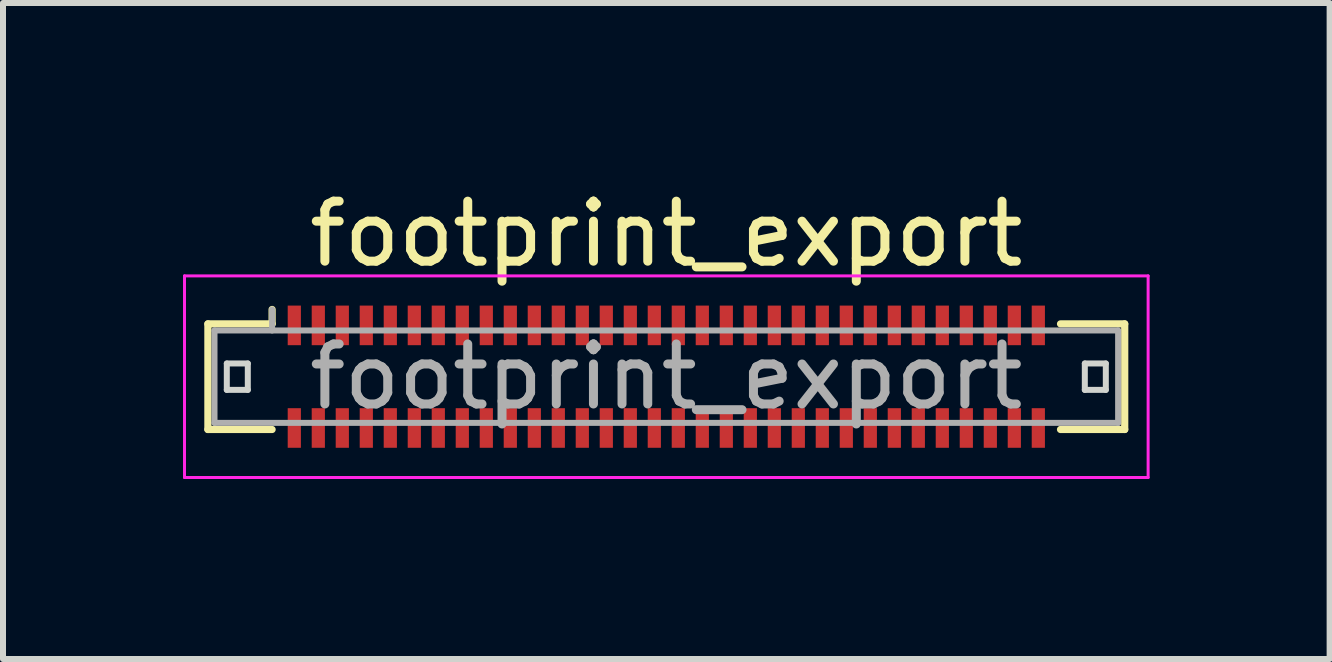
<source format=kicad_pcb>
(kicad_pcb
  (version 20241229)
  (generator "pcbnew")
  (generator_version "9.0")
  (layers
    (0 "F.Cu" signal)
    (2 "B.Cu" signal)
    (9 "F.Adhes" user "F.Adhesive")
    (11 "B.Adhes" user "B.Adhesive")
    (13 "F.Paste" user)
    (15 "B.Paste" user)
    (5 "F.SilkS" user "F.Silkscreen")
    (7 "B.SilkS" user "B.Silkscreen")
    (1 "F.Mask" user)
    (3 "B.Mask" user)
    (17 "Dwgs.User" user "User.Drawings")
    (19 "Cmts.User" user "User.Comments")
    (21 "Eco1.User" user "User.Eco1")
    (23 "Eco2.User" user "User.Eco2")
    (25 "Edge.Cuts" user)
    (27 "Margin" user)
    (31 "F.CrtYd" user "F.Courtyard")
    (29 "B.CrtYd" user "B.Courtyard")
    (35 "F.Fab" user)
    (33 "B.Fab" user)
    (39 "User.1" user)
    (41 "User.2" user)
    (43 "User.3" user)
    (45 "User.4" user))
  (footprint "footprint_export"
    (layer "F.Cu")
    (at 8.055 3.228)
    (property "Reference" "footprint_export" (at 0 -2.38 0) (layer "F.SilkS") (effects (font (size 1 1) (thickness 0.15))))
    (attr smd)
    (fp_line (start -7.64 -0.88) (end -6.57 -0.88) (stroke (width 0.12) (type solid)) (layer "F.SilkS"))
    (fp_line (start -7.64 0.88) (end -7.64 -0.88) (stroke (width 0.12) (type solid)) (layer "F.SilkS"))
    (fp_line (start -6.57 -0.88) (end -6.57 -1.12) (stroke (width 0.12) (type solid)) (layer "F.SilkS"))
    (fp_line (start -6.57 0.88) (end -7.64 0.88) (stroke (width 0.12) (type solid)) (layer "F.SilkS"))
    (fp_line (start 6.57 0.88) (end 7.64 0.88) (stroke (width 0.12) (type solid)) (layer "F.SilkS"))
    (fp_line (start 7.64 -0.88) (end 6.57 -0.88) (stroke (width 0.12) (type solid)) (layer "F.SilkS"))
    (fp_line (start 7.64 0.88) (end 7.64 -0.88) (stroke (width 0.12) (type solid)) (layer "F.SilkS"))
    (fp_line (start -7.325 -0.22) (end -7.325 0.22) (stroke (width 0.1) (type solid)) (layer "Edge.Cuts"))
    (fp_line (start -7.325 0.22) (end -6.975 0.22) (stroke (width 0.1) (type solid)) (layer "Edge.Cuts"))
    (fp_line (start -6.975 -0.22) (end -7.325 -0.22) (stroke (width 0.1) (type solid)) (layer "Edge.Cuts"))
    (fp_line (start -6.975 0.22) (end -6.975 -0.22) (stroke (width 0.1) (type solid)) (layer "Edge.Cuts"))
    (fp_line (start 6.975 -0.22) (end 6.975 0.22) (stroke (width 0.1) (type solid)) (layer "Edge.Cuts"))
    (fp_line (start 6.975 0.22) (end 7.325 0.22) (stroke (width 0.1) (type solid)) (layer "Edge.Cuts"))
    (fp_line (start 7.325 -0.22) (end 6.975 -0.22) (stroke (width 0.1) (type solid)) (layer "Edge.Cuts"))
    (fp_line (start 7.325 0.22) (end 7.325 -0.22) (stroke (width 0.1) (type solid)) (layer "Edge.Cuts"))
    (fp_line (start -8.03 -1.68) (end -8.03 1.68) (stroke (width 0.05) (type solid)) (layer "F.CrtYd"))
    (fp_line (start -8.03 1.68) (end 8.03 1.68) (stroke (width 0.05) (type solid)) (layer "F.CrtYd"))
    (fp_line (start 8.03 -1.68) (end -8.03 -1.68) (stroke (width 0.05) (type solid)) (layer "F.CrtYd"))
    (fp_line (start 8.03 1.68) (end 8.03 -1.68) (stroke (width 0.05) (type solid)) (layer "F.CrtYd"))
    (fp_line (start -7.53 -0.77) (end -7.53 0.77) (stroke (width 0.1) (type solid)) (layer "F.Fab"))
    (fp_line (start -7.53 0.77) (end 7.53 0.77) (stroke (width 0.1) (type solid)) (layer "F.Fab"))
    (fp_line (start -6.57 -0.77) (end -6.57 -1.12) (stroke (width 0.1) (type solid)) (layer "F.Fab"))
    (fp_line (start 7.53 -0.77) (end -7.53 -0.77) (stroke (width 0.1) (type solid)) (layer "F.Fab"))
    (fp_line (start 7.53 0.77) (end 7.53 -0.77) (stroke (width 0.1) (type solid)) (layer "F.Fab"))
    (fp_text user "${REFERENCE}" (at 0 0 0) (layer "F.Fab") (effects (font (size 1 1) (thickness 0.15))))
    (pad "1" smd rect (at -6.2 -0.855) (size 0.22 0.66) (layers "F.Cu" "F.Mask" "F.Paste"))
    (pad "2" smd rect (at -6.2 0.855) (size 0.22 0.66) (layers "F.Cu" "F.Mask" "F.Paste"))
    (pad "3" smd rect (at -5.8 -0.855) (size 0.22 0.66) (layers "F.Cu" "F.Mask" "F.Paste"))
    (pad "4" smd rect (at -5.8 0.855) (size 0.22 0.66) (layers "F.Cu" "F.Mask" "F.Paste"))
    (pad "5" smd rect (at -5.4 -0.855) (size 0.22 0.66) (layers "F.Cu" "F.Mask" "F.Paste"))
    (pad "6" smd rect (at -5.4 0.855) (size 0.22 0.66) (layers "F.Cu" "F.Mask" "F.Paste"))
    (pad "7" smd rect (at -5 -0.855) (size 0.22 0.66) (layers "F.Cu" "F.Mask" "F.Paste"))
    (pad "8" smd rect (at -5 0.855) (size 0.22 0.66) (layers "F.Cu" "F.Mask" "F.Paste"))
    (pad "9" smd rect (at -4.6 -0.855) (size 0.22 0.66) (layers "F.Cu" "F.Mask" "F.Paste"))
    (pad "10" smd rect (at -4.6 0.855) (size 0.22 0.66) (layers "F.Cu" "F.Mask" "F.Paste"))
    (pad "11" smd rect (at -4.2 -0.855) (size 0.22 0.66) (layers "F.Cu" "F.Mask" "F.Paste"))
    (pad "12" smd rect (at -4.2 0.855) (size 0.22 0.66) (layers "F.Cu" "F.Mask" "F.Paste"))
    (pad "13" smd rect (at -3.8 -0.855) (size 0.22 0.66) (layers "F.Cu" "F.Mask" "F.Paste"))
    (pad "14" smd rect (at -3.8 0.855) (size 0.22 0.66) (layers "F.Cu" "F.Mask" "F.Paste"))
    (pad "15" smd rect (at -3.4 -0.855) (size 0.22 0.66) (layers "F.Cu" "F.Mask" "F.Paste"))
    (pad "16" smd rect (at -3.4 0.855) (size 0.22 0.66) (layers "F.Cu" "F.Mask" "F.Paste"))
    (pad "17" smd rect (at -3 -0.855) (size 0.22 0.66) (layers "F.Cu" "F.Mask" "F.Paste"))
    (pad "18" smd rect (at -3 0.855) (size 0.22 0.66) (layers "F.Cu" "F.Mask" "F.Paste"))
    (pad "19" smd rect (at -2.6 -0.855) (size 0.22 0.66) (layers "F.Cu" "F.Mask" "F.Paste"))
    (pad "20" smd rect (at -2.6 0.855) (size 0.22 0.66) (layers "F.Cu" "F.Mask" "F.Paste"))
    (pad "21" smd rect (at -2.2 -0.855) (size 0.22 0.66) (layers "F.Cu" "F.Mask" "F.Paste"))
    (pad "22" smd rect (at -2.2 0.855) (size 0.22 0.66) (layers "F.Cu" "F.Mask" "F.Paste"))
    (pad "23" smd rect (at -1.8 -0.855) (size 0.22 0.66) (layers "F.Cu" "F.Mask" "F.Paste"))
    (pad "24" smd rect (at -1.8 0.855) (size 0.22 0.66) (layers "F.Cu" "F.Mask" "F.Paste"))
    (pad "25" smd rect (at -1.4 -0.855) (size 0.22 0.66) (layers "F.Cu" "F.Mask" "F.Paste"))
    (pad "26" smd rect (at -1.4 0.855) (size 0.22 0.66) (layers "F.Cu" "F.Mask" "F.Paste"))
    (pad "27" smd rect (at -1 -0.855) (size 0.22 0.66) (layers "F.Cu" "F.Mask" "F.Paste"))
    (pad "28" smd rect (at -1 0.855) (size 0.22 0.66) (layers "F.Cu" "F.Mask" "F.Paste"))
    (pad "29" smd rect (at -0.6 -0.855) (size 0.22 0.66) (layers "F.Cu" "F.Mask" "F.Paste"))
    (pad "30" smd rect (at -0.6 0.855) (size 0.22 0.66) (layers "F.Cu" "F.Mask" "F.Paste"))
    (pad "31" smd rect (at -0.2 -0.855) (size 0.22 0.66) (layers "F.Cu" "F.Mask" "F.Paste"))
    (pad "32" smd rect (at -0.2 0.855) (size 0.22 0.66) (layers "F.Cu" "F.Mask" "F.Paste"))
    (pad "33" smd rect (at 0.2 -0.855) (size 0.22 0.66) (layers "F.Cu" "F.Mask" "F.Paste"))
    (pad "34" smd rect (at 0.2 0.855) (size 0.22 0.66) (layers "F.Cu" "F.Mask" "F.Paste"))
    (pad "35" smd rect (at 0.6 -0.855) (size 0.22 0.66) (layers "F.Cu" "F.Mask" "F.Paste"))
    (pad "36" smd rect (at 0.6 0.855) (size 0.22 0.66) (layers "F.Cu" "F.Mask" "F.Paste"))
    (pad "37" smd rect (at 1 -0.855) (size 0.22 0.66) (layers "F.Cu" "F.Mask" "F.Paste"))
    (pad "38" smd rect (at 1 0.855) (size 0.22 0.66) (layers "F.Cu" "F.Mask" "F.Paste"))
    (pad "39" smd rect (at 1.4 -0.855) (size 0.22 0.66) (layers "F.Cu" "F.Mask" "F.Paste"))
    (pad "40" smd rect (at 1.4 0.855) (size 0.22 0.66) (layers "F.Cu" "F.Mask" "F.Paste"))
    (pad "41" smd rect (at 1.8 -0.855) (size 0.22 0.66) (layers "F.Cu" "F.Mask" "F.Paste"))
    (pad "42" smd rect (at 1.8 0.855) (size 0.22 0.66) (layers "F.Cu" "F.Mask" "F.Paste"))
    (pad "43" smd rect (at 2.2 -0.855) (size 0.22 0.66) (layers "F.Cu" "F.Mask" "F.Paste"))
    (pad "44" smd rect (at 2.2 0.855) (size 0.22 0.66) (layers "F.Cu" "F.Mask" "F.Paste"))
    (pad "45" smd rect (at 2.6 -0.855) (size 0.22 0.66) (layers "F.Cu" "F.Mask" "F.Paste"))
    (pad "46" smd rect (at 2.6 0.855) (size 0.22 0.66) (layers "F.Cu" "F.Mask" "F.Paste"))
    (pad "47" smd rect (at 3 -0.855) (size 0.22 0.66) (layers "F.Cu" "F.Mask" "F.Paste"))
    (pad "48" smd rect (at 3 0.855) (size 0.22 0.66) (layers "F.Cu" "F.Mask" "F.Paste"))
    (pad "49" smd rect (at 3.4 -0.855) (size 0.22 0.66) (layers "F.Cu" "F.Mask" "F.Paste"))
    (pad "50" smd rect (at 3.4 0.855) (size 0.22 0.66) (layers "F.Cu" "F.Mask" "F.Paste"))
    (pad "51" smd rect (at 3.8 -0.855) (size 0.22 0.66) (layers "F.Cu" "F.Mask" "F.Paste"))
    (pad "52" smd rect (at 3.8 0.855) (size 0.22 0.66) (layers "F.Cu" "F.Mask" "F.Paste"))
    (pad "53" smd rect (at 4.2 -0.855) (size 0.22 0.66) (layers "F.Cu" "F.Mask" "F.Paste"))
    (pad "54" smd rect (at 4.2 0.855) (size 0.22 0.66) (layers "F.Cu" "F.Mask" "F.Paste"))
    (pad "55" smd rect (at 4.6 -0.855) (size 0.22 0.66) (layers "F.Cu" "F.Mask" "F.Paste"))
    (pad "56" smd rect (at 4.6 0.855) (size 0.22 0.66) (layers "F.Cu" "F.Mask" "F.Paste"))
    (pad "57" smd rect (at 5 -0.855) (size 0.22 0.66) (layers "F.Cu" "F.Mask" "F.Paste"))
    (pad "58" smd rect (at 5 0.855) (size 0.22 0.66) (layers "F.Cu" "F.Mask" "F.Paste"))
    (pad "59" smd rect (at 5.4 -0.855) (size 0.22 0.66) (layers "F.Cu" "F.Mask" "F.Paste"))
    (pad "60" smd rect (at 5.4 0.855) (size 0.22 0.66) (layers "F.Cu" "F.Mask" "F.Paste"))
    (pad "61" smd rect (at 5.8 -0.855) (size 0.22 0.66) (layers "F.Cu" "F.Mask" "F.Paste"))
    (pad "62" smd rect (at 5.8 0.855) (size 0.22 0.66) (layers "F.Cu" "F.Mask" "F.Paste"))
    (pad "63" smd rect (at 6.2 -0.855) (size 0.22 0.66) (layers "F.Cu" "F.Mask" "F.Paste"))
    (pad "64" smd rect (at 6.2 0.855) (size 0.22 0.66) (layers "F.Cu" "F.Mask" "F.Paste")))
  (gr_rect
    (start -3 -3)
    (end 19.11 7.933)
    (stroke (width 0.1) (type default))
    (fill no)
    (layer "Edge.Cuts")))
</source>
